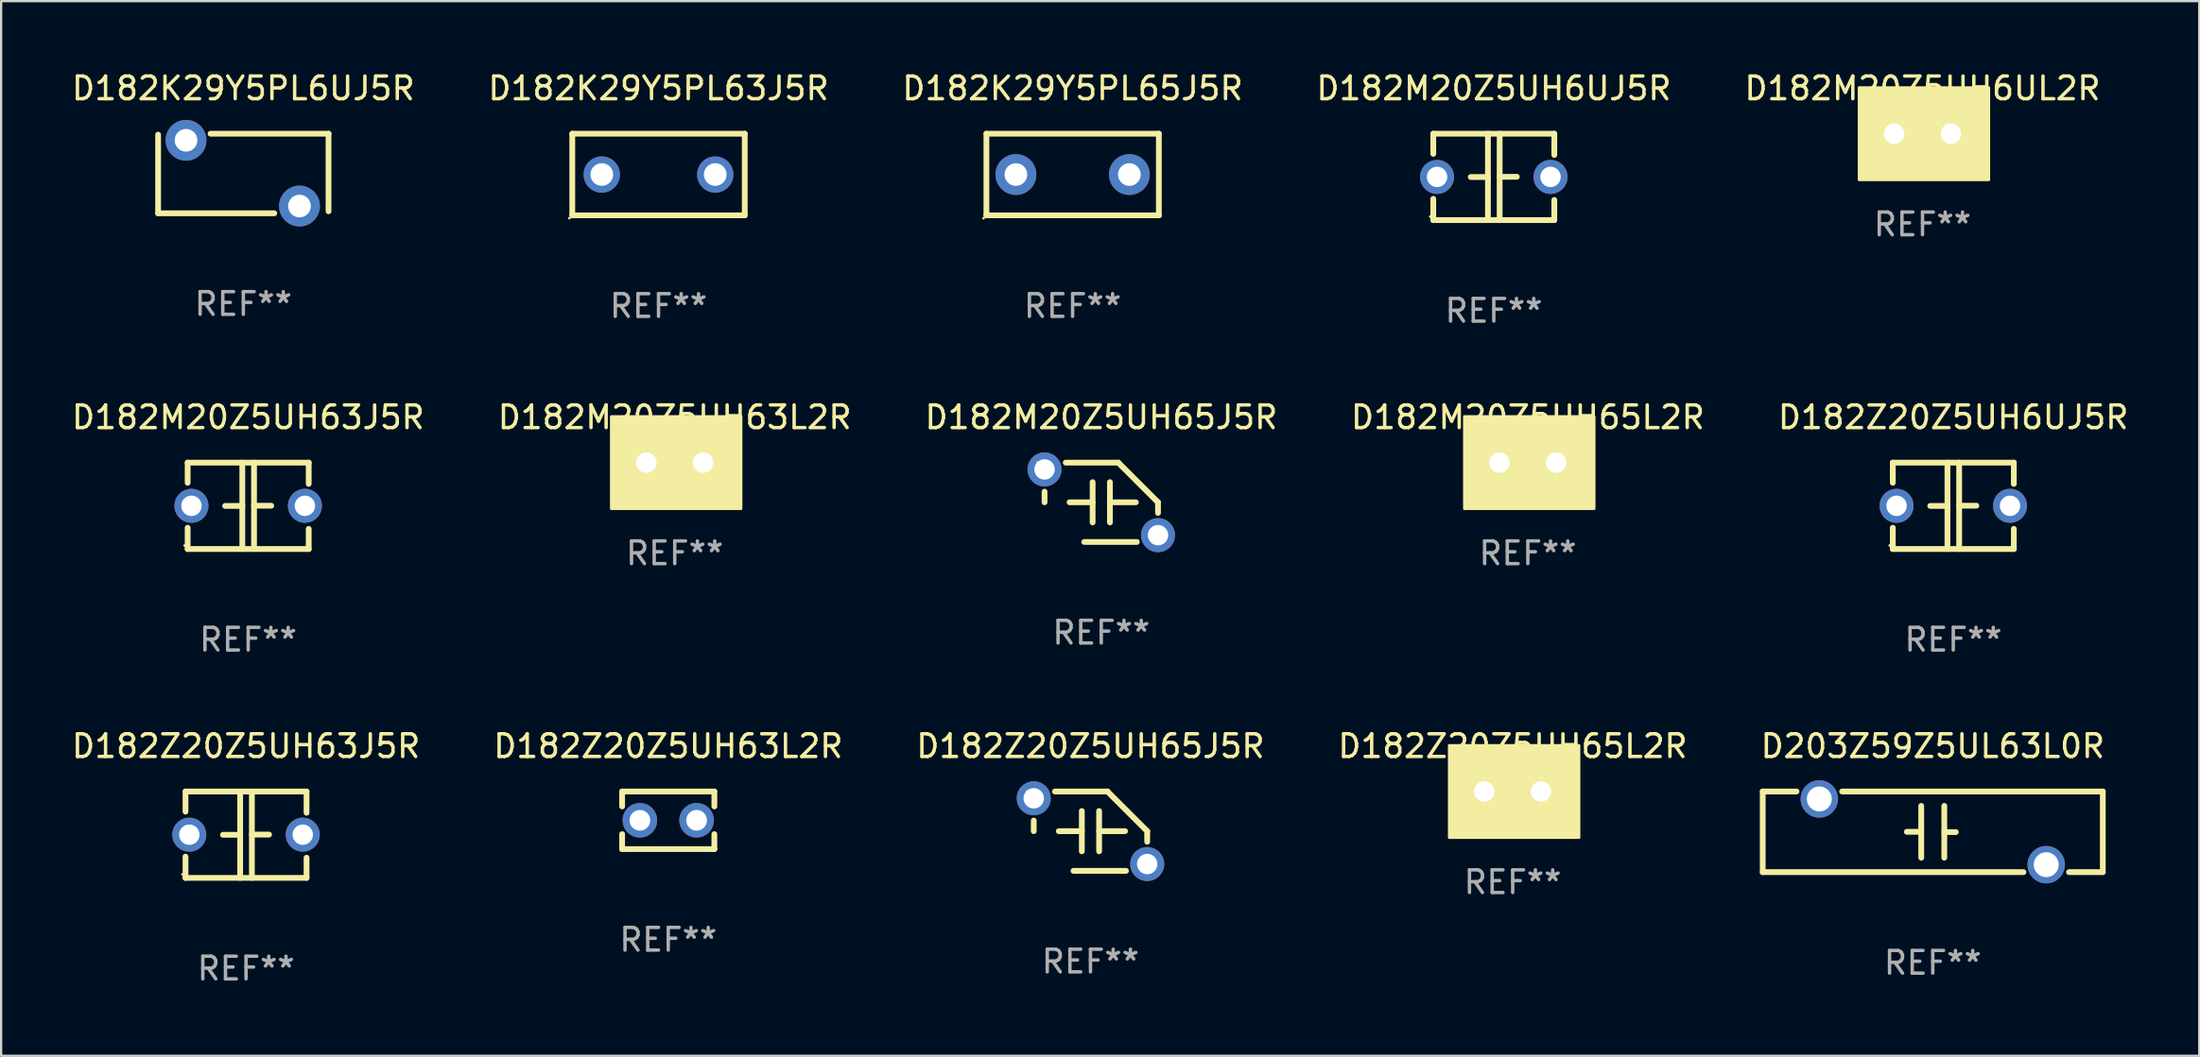
<source format=kicad_pcb>
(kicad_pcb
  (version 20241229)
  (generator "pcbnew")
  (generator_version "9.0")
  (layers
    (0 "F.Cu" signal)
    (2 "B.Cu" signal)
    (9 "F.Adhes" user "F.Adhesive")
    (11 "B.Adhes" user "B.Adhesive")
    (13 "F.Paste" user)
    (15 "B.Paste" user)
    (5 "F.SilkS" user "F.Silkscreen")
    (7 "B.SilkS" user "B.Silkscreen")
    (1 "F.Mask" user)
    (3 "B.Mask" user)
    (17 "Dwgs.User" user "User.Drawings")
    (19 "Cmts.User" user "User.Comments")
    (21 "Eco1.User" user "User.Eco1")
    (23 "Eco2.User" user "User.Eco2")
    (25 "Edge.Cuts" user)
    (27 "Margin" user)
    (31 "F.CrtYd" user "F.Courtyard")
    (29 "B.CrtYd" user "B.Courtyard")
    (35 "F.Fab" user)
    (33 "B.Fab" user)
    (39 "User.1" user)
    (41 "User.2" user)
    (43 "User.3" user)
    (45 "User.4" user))
  (footprint "D182K29Y5PL65J5R"
    (layer "F.Cu")
    (at 44.22 4.648)
    (property "Reference" "D182K29Y5PL65J5R" (at 0 -3.8 0) (layer "F.SilkS") (effects (font (size 1 1) (thickness 0.15))))
    (attr through_hole)
    (fp_line (start -3.8 -1.8) (end -3.8 1.8) (stroke (width 0.254) (type solid)) (layer "F.SilkS"))
    (fp_line (start -3.8 -1.8) (end 3.8 -1.8) (stroke (width 0.254) (type solid)) (layer "F.SilkS"))
    (fp_line (start -3.8 1.8) (end 3.8 1.8) (stroke (width 0.254) (type solid)) (layer "F.SilkS"))
    (fp_line (start 3.8 -1.8) (end 3.8 1.8) (stroke (width 0.254) (type solid)) (layer "F.SilkS"))
    (fp_circle (center -3.927 1.927) (end -3.897 1.927) (stroke (width 0.06) (type solid)) (fill no) (layer "F.SilkS"))
    (fp_text user "REF**" (at 0 5.8 0) (layer "F.Fab") (effects (font (size 1 1) (thickness 0.15))))
    (pad "1" thru_hole circle (at -2.5 0) (size 1.8 1.8) (drill 1) (layers "*.Cu" "*.Mask"))
    (pad "2" thru_hole circle (at 2.5 0) (size 1.8 1.8) (drill 1) (layers "*.Cu" "*.Mask")))
  (footprint "D182M20Z5UH6UL2R"
    (layer "F.Cu")
    (at 81.673 2.848)
    (property "Reference" "D182M20Z5UH6UL2R" (at 0 -2 0) (layer "F.SilkS") (effects (font (size 1 1) (thickness 0.15))))
    (attr through_hole)
    (fp_circle (center -2.5 1.75) (end -2.47 1.75) (stroke (width 0.06) (type solid)) (fill no) (layer "F.SilkS"))
    (fp_poly (pts (xy -2.794 -2.032) (xy 2.921 -2.032) (xy 2.921 2.032) (xy -2.794 2.032)) (stroke (width 0.12) (type solid)) (fill yes) (layer "F.SilkS"))
    (fp_text user "REF**" (at 0 4 0) (layer "F.Fab") (effects (font (size 1 1) (thickness 0.15))))
    (pad "1" thru_hole circle (at -1.25 0) (size 1.5 1.5) (drill 0.9) (layers "*.Cu" "*.Mask"))
    (pad "2" thru_hole circle (at 1.25 0) (size 1.5 1.5) (drill 0.9) (layers "*.Cu" "*.Mask")))
  (footprint "D182M20Z5UH63J5R"
    (layer "F.Cu")
    (at 7.887 19.26)
    (property "Reference" "D182M20Z5UH63J5R" (at 0 -3.905 0) (layer "F.SilkS") (effects (font (size 1 1) (thickness 0.15))))
    (attr through_hole)
    (fp_line (start -2.667 -1.905) (end -2.667 -1.016) (stroke (width 0.254) (type solid)) (layer "F.SilkS"))
    (fp_line (start -2.667 0.967) (end -2.667 1.905) (stroke (width 0.254) (type solid)) (layer "F.SilkS"))
    (fp_line (start -2.667 1.905) (end 2.667 1.905) (stroke (width 0.254) (type solid)) (layer "F.SilkS"))
    (fp_line (start -0.258 0.005) (end -1.016 0.005) (stroke (width 0.254) (type solid)) (layer "F.SilkS"))
    (fp_line (start -0.258 1.905) (end -0.258 -1.905) (stroke (width 0.254) (type solid)) (layer "F.SilkS"))
    (fp_line (start 0.258 -1.905) (end 0.258 1.905) (stroke (width 0.254) (type solid)) (layer "F.SilkS"))
    (fp_line (start 0.258 -0.005) (end 1.016 -0.005) (stroke (width 0.254) (type solid)) (layer "F.SilkS"))
    (fp_line (start 2.667 -1.905) (end -2.667 -1.905) (stroke (width 0.254) (type solid)) (layer "F.SilkS"))
    (fp_line (start 2.667 -0.967) (end 2.667 -1.905) (stroke (width 0.254) (type solid)) (layer "F.SilkS"))
    (fp_line (start 2.667 1.905) (end 2.667 1.016) (stroke (width 0.254) (type solid)) (layer "F.SilkS"))
    (fp_circle (center -2.8 1.75) (end -2.77 1.75) (stroke (width 0.06) (type solid)) (fill no) (layer "F.SilkS"))
    (fp_text user "REF**" (at 0 5.905 0) (layer "F.Fab") (effects (font (size 1 1) (thickness 0.15))))
    (pad "1" thru_hole circle (at -2.5 0) (size 1.5 1.5) (drill 0.9) (layers "*.Cu" "*.Mask"))
    (pad "2" thru_hole circle (at 2.5 0) (size 1.5 1.5) (drill 0.9) (layers "*.Cu" "*.Mask")))
  (footprint "D203Z59Z5UL63L0R"
    (layer "F.Cu")
    (at 82.125 33.639)
    (property "Reference" "D203Z59Z5UL63L0R" (at 0 -3.778 0) (layer "F.SilkS") (effects (font (size 1 1) (thickness 0.15))))
    (attr through_hole)
    (fp_line (start -7.493 -1.778) (end -6.004 -1.778) (stroke (width 0.254) (type solid)) (layer "F.SilkS"))
    (fp_line (start -7.493 1.778) (end -7.493 -1.778) (stroke (width 0.254) (type solid)) (layer "F.SilkS"))
    (fp_line (start -3.996 -1.778) (end 7.493 -1.778) (stroke (width 0.254) (type solid)) (layer "F.SilkS"))
    (fp_line (start -1.143 0) (end -0.508 0) (stroke (width 0.254) (type solid)) (layer "F.SilkS"))
    (fp_line (start -0.508 1.143) (end -0.508 -1.143) (stroke (width 0.254) (type solid)) (layer "F.SilkS"))
    (fp_line (start 0.508 0.012) (end 1.016 0.012) (stroke (width 0.254) (type solid)) (layer "F.SilkS"))
    (fp_line (start 0.508 1.143) (end 0.508 -1.143) (stroke (width 0.254) (type solid)) (layer "F.SilkS"))
    (fp_line (start 3.996 1.778) (end -7.493 1.778) (stroke (width 0.254) (type solid)) (layer "F.SilkS"))
    (fp_line (start 7.493 -1.778) (end 7.493 1.778) (stroke (width 0.254) (type solid)) (layer "F.SilkS"))
    (fp_line (start 7.493 1.778) (end 6.004 1.778) (stroke (width 0.254) (type solid)) (layer "F.SilkS"))
    (fp_circle (center -7.5 -1.75) (end -7.47 -1.75) (stroke (width 0.06) (type solid)) (fill no) (layer "F.SilkS"))
    (fp_text user "REF**" (at 0 5.778 0) (layer "F.Fab") (effects (font (size 1 1) (thickness 0.15))))
    (pad "1" thru_hole circle (at -5 -1.45) (size 1.65 1.65) (drill 1.1) (layers "*.Cu" "*.Mask"))
    (pad "2" thru_hole circle (at 5 1.45) (size 1.65 1.65) (drill 1.1) (layers "*.Cu" "*.Mask")))
  (footprint "D182K29Y5PL63J5R"
    (layer "F.Cu")
    (at 25.97 4.648)
    (property "Reference" "D182K29Y5PL63J5R" (at 0 -3.8 0) (layer "F.SilkS") (effects (font (size 1 1) (thickness 0.15))))
    (attr through_hole)
    (fp_line (start -3.8 -1.8) (end 3.8 -1.8) (stroke (width 0.254) (type solid)) (layer "F.SilkS"))
    (fp_line (start -3.8 1.8) (end -3.8 -1.8) (stroke (width 0.254) (type solid)) (layer "F.SilkS"))
    (fp_line (start 3.8 -1.8) (end 3.8 1.8) (stroke (width 0.254) (type solid)) (layer "F.SilkS"))
    (fp_line (start 3.8 1.8) (end -3.8 1.8) (stroke (width 0.254) (type solid)) (layer "F.SilkS"))
    (fp_circle (center -3.927 1.927) (end -3.897 1.927) (stroke (width 0.06) (type solid)) (fill no) (layer "F.SilkS"))
    (fp_text user "REF**" (at 0 5.8 0) (layer "F.Fab") (effects (font (size 1 1) (thickness 0.15))))
    (pad "1" thru_hole circle (at -2.5 0) (size 1.6 1.6) (drill 1) (layers "*.Cu" "*.Mask"))
    (pad "2" thru_hole circle (at 2.5 0) (size 1.6 1.6) (drill 1) (layers "*.Cu" "*.Mask")))
  (footprint "D182Z20Z5UH63J5R"
    (layer "F.Cu")
    (at 7.792 33.766)
    (property "Reference" "D182Z20Z5UH63J5R" (at 0 -3.905 0) (layer "F.SilkS") (effects (font (size 1 1) (thickness 0.15))))
    (attr through_hole)
    (fp_line (start -2.667 -1.905) (end -2.667 -1.016) (stroke (width 0.254) (type solid)) (layer "F.SilkS"))
    (fp_line (start -2.667 0.967) (end -2.667 1.905) (stroke (width 0.254) (type solid)) (layer "F.SilkS"))
    (fp_line (start -2.667 1.905) (end 2.667 1.905) (stroke (width 0.254) (type solid)) (layer "F.SilkS"))
    (fp_line (start -0.258 0.005) (end -1.016 0.005) (stroke (width 0.254) (type solid)) (layer "F.SilkS"))
    (fp_line (start -0.258 1.905) (end -0.258 -1.905) (stroke (width 0.254) (type solid)) (layer "F.SilkS"))
    (fp_line (start 0.258 -1.905) (end 0.258 1.905) (stroke (width 0.254) (type solid)) (layer "F.SilkS"))
    (fp_line (start 0.258 -0.005) (end 1.016 -0.005) (stroke (width 0.254) (type solid)) (layer "F.SilkS"))
    (fp_line (start 2.667 -1.905) (end -2.667 -1.905) (stroke (width 0.254) (type solid)) (layer "F.SilkS"))
    (fp_line (start 2.667 -0.967) (end 2.667 -1.905) (stroke (width 0.254) (type solid)) (layer "F.SilkS"))
    (fp_line (start 2.667 1.905) (end 2.667 1.016) (stroke (width 0.254) (type solid)) (layer "F.SilkS"))
    (fp_circle (center -2.8 1.75) (end -2.77 1.75) (stroke (width 0.06) (type solid)) (fill no) (layer "F.SilkS"))
    (fp_text user "REF**" (at 0 5.905 0) (layer "F.Fab") (effects (font (size 1 1) (thickness 0.15))))
    (pad "1" thru_hole circle (at -2.5 0) (size 1.5 1.5) (drill 0.9) (layers "*.Cu" "*.Mask"))
    (pad "2" thru_hole circle (at 2.5 0) (size 1.5 1.5) (drill 0.9) (layers "*.Cu" "*.Mask")))
  (footprint "D182M20Z5UH65J5R"
    (layer "F.Cu")
    (at 45.482 19.105)
    (property "Reference" "D182M20Z5UH65J5R" (at 0 -3.75 0) (layer "F.SilkS") (effects (font (size 1 1) (thickness 0.15))))
    (attr through_hole)
    (fp_line (start -2.5 0) (end -2.5 -0.469) (stroke (width 0.254) (type solid)) (layer "F.SilkS"))
    (fp_line (start -1.397 0) (end -0.381 0) (stroke (width 0.254) (type solid)) (layer "F.SilkS"))
    (fp_line (start -0.75 1.75) (end 1.566 1.75) (stroke (width 0.254) (type solid)) (layer "F.SilkS"))
    (fp_line (start -0.381 -0.889) (end -0.381 0.889) (stroke (width 0.254) (type solid)) (layer "F.SilkS"))
    (fp_line (start 0.381 -0.889) (end 0.381 0.889) (stroke (width 0.254) (type solid)) (layer "F.SilkS"))
    (fp_line (start 0.75 -1.75) (end -1.566 -1.75) (stroke (width 0.254) (type solid)) (layer "F.SilkS"))
    (fp_line (start 1.524 0) (end 0.381 0) (stroke (width 0.254) (type solid)) (layer "F.SilkS"))
    (fp_line (start 2.5 0) (end 2.5 0.469) (stroke (width 0.254) (type solid)) (layer "F.SilkS"))
    (fp_arc (start -2.499962 0) (mid 2.499984 -0.000022) (end -2.499962 0) (stroke (width 0.254001) (type solid)) (layer "F.SilkS"))
    (fp_arc (start 2.500013 0) (mid 1.623463 -0.873464) (end 0.749999 -1.750014) (stroke (width 0.254001) (type solid)) (layer "F.SilkS"))
    (fp_circle (center -2.8 -1.75) (end -2.77 -1.75) (stroke (width 0.06) (type solid)) (fill no) (layer "F.SilkS"))
    (fp_text user "REF**" (at 0 5.75 0) (layer "F.Fab") (effects (font (size 1 1) (thickness 0.15))))
    (pad "1" thru_hole circle (at -2.5 -1.45) (size 1.5 1.5) (drill 0.9) (layers "*.Cu" "*.Mask"))
    (pad "2" thru_hole circle (at 2.5 1.45) (size 1.5 1.5) (drill 0.9) (layers "*.Cu" "*.Mask")))
  (footprint "D182M20Z5UH63L2R"
    (layer "F.Cu")
    (at 26.685 17.355)
    (property "Reference" "D182M20Z5UH63L2R" (at 0 -2 0) (layer "F.SilkS") (effects (font (size 1 1) (thickness 0.15))))
    (attr through_hole)
    (fp_circle (center -2.5 1.75) (end -2.47 1.75) (stroke (width 0.06) (type solid)) (fill no) (layer "F.SilkS"))
    (fp_poly (pts (xy -2.794 -2.032) (xy 2.921 -2.032) (xy 2.921 2.032) (xy -2.794 2.032)) (stroke (width 0.12) (type solid)) (fill yes) (layer "F.SilkS"))
    (fp_text user "REF**" (at 0 4 0) (layer "F.Fab") (effects (font (size 1 1) (thickness 0.15))))
    (pad "1" thru_hole circle (at -1.25 0) (size 1.5 1.5) (drill 0.9) (layers "*.Cu" "*.Mask"))
    (pad "2" thru_hole circle (at 1.25 0) (size 1.5 1.5) (drill 0.9) (layers "*.Cu" "*.Mask")))
  (footprint "D182Z20Z5UH6UJ5R"
    (layer "F.Cu")
    (at 83.03 19.26)
    (property "Reference" "D182Z20Z5UH6UJ5R" (at 0 -3.905 0) (layer "F.SilkS") (effects (font (size 1 1) (thickness 0.15))))
    (attr through_hole)
    (fp_line (start -2.667 -1.905) (end -2.667 -1.016) (stroke (width 0.254) (type solid)) (layer "F.SilkS"))
    (fp_line (start -2.667 0.967) (end -2.667 1.905) (stroke (width 0.254) (type solid)) (layer "F.SilkS"))
    (fp_line (start -2.667 1.905) (end 2.667 1.905) (stroke (width 0.254) (type solid)) (layer "F.SilkS"))
    (fp_line (start -0.258 0.005) (end -1.016 0.005) (stroke (width 0.254) (type solid)) (layer "F.SilkS"))
    (fp_line (start -0.258 1.905) (end -0.258 -1.905) (stroke (width 0.254) (type solid)) (layer "F.SilkS"))
    (fp_line (start 0.258 -1.905) (end 0.258 1.905) (stroke (width 0.254) (type solid)) (layer "F.SilkS"))
    (fp_line (start 0.258 -0.005) (end 1.016 -0.005) (stroke (width 0.254) (type solid)) (layer "F.SilkS"))
    (fp_line (start 2.667 -1.905) (end -2.667 -1.905) (stroke (width 0.254) (type solid)) (layer "F.SilkS"))
    (fp_line (start 2.667 -0.967) (end 2.667 -1.905) (stroke (width 0.254) (type solid)) (layer "F.SilkS"))
    (fp_line (start 2.667 1.905) (end 2.667 1.016) (stroke (width 0.254) (type solid)) (layer "F.SilkS"))
    (fp_circle (center -2.8 1.75) (end -2.77 1.75) (stroke (width 0.06) (type solid)) (fill no) (layer "F.SilkS"))
    (fp_text user "REF**" (at 0 5.905 0) (layer "F.Fab") (effects (font (size 1 1) (thickness 0.15))))
    (pad "1" thru_hole circle (at -2.5 0) (size 1.5 1.5) (drill 0.9) (layers "*.Cu" "*.Mask"))
    (pad "2" thru_hole circle (at 2.5 0) (size 1.5 1.5) (drill 0.9) (layers "*.Cu" "*.Mask")))
  (footprint "D182Z20Z5UH65L2R"
    (layer "F.Cu")
    (at 63.613 31.861)
    (property "Reference" "D182Z20Z5UH65L2R" (at 0 -2 0) (layer "F.SilkS") (effects (font (size 1 1) (thickness 0.15))))
    (attr through_hole)
    (fp_circle (center -2.5 1.75) (end -2.47 1.75) (stroke (width 0.06) (type solid)) (fill no) (layer "F.SilkS"))
    (fp_poly (pts (xy -2.794 -2.032) (xy 2.921 -2.032) (xy 2.921 2.032) (xy -2.794 2.032)) (stroke (width 0.12) (type solid)) (fill yes) (layer "F.SilkS"))
    (fp_text user "REF**" (at 0 4 0) (layer "F.Fab") (effects (font (size 1 1) (thickness 0.15))))
    (pad "1" thru_hole circle (at -1.25 0) (size 1.5 1.5) (drill 0.9) (layers "*.Cu" "*.Mask"))
    (pad "2" thru_hole circle (at 1.25 0) (size 1.5 1.5) (drill 0.9) (layers "*.Cu" "*.Mask")))
  (footprint "D182Z20Z5UH65J5R"
    (layer "F.Cu")
    (at 45.006 33.611)
    (property "Reference" "D182Z20Z5UH65J5R" (at 0 -3.75 0) (layer "F.SilkS") (effects (font (size 1 1) (thickness 0.15))))
    (attr through_hole)
    (fp_line (start -2.5 0) (end -2.5 -0.469) (stroke (width 0.254) (type solid)) (layer "F.SilkS"))
    (fp_line (start -1.397 0) (end -0.381 0) (stroke (width 0.254) (type solid)) (layer "F.SilkS"))
    (fp_line (start -0.75 1.75) (end 1.566 1.75) (stroke (width 0.254) (type solid)) (layer "F.SilkS"))
    (fp_line (start -0.381 -0.889) (end -0.381 0.889) (stroke (width 0.254) (type solid)) (layer "F.SilkS"))
    (fp_line (start 0.381 -0.889) (end 0.381 0.889) (stroke (width 0.254) (type solid)) (layer "F.SilkS"))
    (fp_line (start 0.75 -1.75) (end -1.566 -1.75) (stroke (width 0.254) (type solid)) (layer "F.SilkS"))
    (fp_line (start 1.524 0) (end 0.381 0) (stroke (width 0.254) (type solid)) (layer "F.SilkS"))
    (fp_line (start 2.5 0) (end 2.5 0.469) (stroke (width 0.254) (type solid)) (layer "F.SilkS"))
    (fp_arc (start -2.499962 0) (mid 2.499984 -0.000022) (end -2.499962 0) (stroke (width 0.254001) (type solid)) (layer "F.SilkS"))
    (fp_arc (start 2.500013 0) (mid 1.623463 -0.873464) (end 0.749999 -1.750014) (stroke (width 0.254001) (type solid)) (layer "F.SilkS"))
    (fp_circle (center -2.8 -1.75) (end -2.77 -1.75) (stroke (width 0.06) (type solid)) (fill no) (layer "F.SilkS"))
    (fp_text user "REF**" (at 0 5.75 0) (layer "F.Fab") (effects (font (size 1 1) (thickness 0.15))))
    (pad "1" thru_hole circle (at -2.5 -1.45) (size 1.5 1.5) (drill 0.9) (layers "*.Cu" "*.Mask"))
    (pad "2" thru_hole circle (at 2.5 1.45) (size 1.5 1.5) (drill 0.9) (layers "*.Cu" "*.Mask")))
  (footprint "D182K29Y5PL6UJ5R"
    (layer "F.Cu")
    (at 7.673 4.603)
    (property "Reference" "D182K29Y5PL6UJ5R" (at 0 -3.755 0) (layer "F.SilkS") (effects (font (size 1 1) (thickness 0.15))))
    (attr through_hole)
    (fp_line (start -3.755 1.755) (end -3.755 -1.715) (stroke (width 0.254) (type solid)) (layer "F.SilkS"))
    (fp_line (start -3.755 1.755) (end 1.365 1.755) (stroke (width 0.254) (type solid)) (layer "F.SilkS"))
    (fp_line (start -1.445 -1.755) (end 3.755 -1.755) (stroke (width 0.254) (type solid)) (layer "F.SilkS"))
    (fp_line (start 3.755 -1.755) (end 3.755 1.665) (stroke (width 0.254) (type solid)) (layer "F.SilkS"))
    (fp_circle (center -3.775 -1.765) (end -3.745 -1.765) (stroke (width 0.06) (type solid)) (fill no) (layer "F.SilkS"))
    (fp_text user "REF**" (at 0 5.755 0) (layer "F.Fab") (effects (font (size 1 1) (thickness 0.15))))
    (pad "1" thru_hole circle (at -2.525 -1.465) (size 1.8 1.8) (drill 1) (layers "*.Cu" "*.Mask"))
    (pad "2" thru_hole circle (at 2.475 1.435) (size 1.8 1.8) (drill 1) (layers "*.Cu" "*.Mask")))
  (footprint "D182Z20Z5UH63L2R"
    (layer "F.Cu")
    (at 26.399 33.131)
    (property "Reference" "D182Z20Z5UH63L2R" (at 0 -3.27 0) (layer "F.SilkS") (effects (font (size 1 1) (thickness 0.15))))
    (attr through_hole)
    (fp_line (start -2.032 -1.27) (end -2.032 -0.611) (stroke (width 0.254) (type solid)) (layer "F.SilkS"))
    (fp_line (start -2.032 0.611) (end -2.032 1.27) (stroke (width 0.254) (type solid)) (layer "F.SilkS"))
    (fp_line (start -2.032 1.27) (end 2.032 1.27) (stroke (width 0.254) (type solid)) (layer "F.SilkS"))
    (fp_line (start 2.032 -1.27) (end -2.032 -1.27) (stroke (width 0.254) (type solid)) (layer "F.SilkS"))
    (fp_line (start 2.032 -0.611) (end 2.032 -1.27) (stroke (width 0.254) (type solid)) (layer "F.SilkS"))
    (fp_line (start 2.032 1.27) (end 2.032 0.611) (stroke (width 0.254) (type solid)) (layer "F.SilkS"))
    (fp_circle (center -2 1.3) (end -1.97 1.3) (stroke (width 0.06) (type solid)) (fill no) (layer "F.SilkS"))
    (fp_text user "REF**" (at 0 5.27 0) (layer "F.Fab") (effects (font (size 1 1) (thickness 0.15))))
    (pad "1" thru_hole circle (at -1.25 0) (size 1.524 1.524) (drill 0.914) (layers "*.Cu" "*.Mask"))
    (pad "2" thru_hole circle (at 1.25 0) (size 1.524 1.524) (drill 0.914) (layers "*.Cu" "*.Mask")))
  (footprint "D182M20Z5UH6UJ5R"
    (layer "F.Cu")
    (at 62.78 4.753)
    (property "Reference" "D182M20Z5UH6UJ5R" (at 0 -3.905 0) (layer "F.SilkS") (effects (font (size 1 1) (thickness 0.15))))
    (attr through_hole)
    (fp_line (start -2.667 -1.905) (end -2.667 -1.016) (stroke (width 0.254) (type solid)) (layer "F.SilkS"))
    (fp_line (start -2.667 0.967) (end -2.667 1.905) (stroke (width 0.254) (type solid)) (layer "F.SilkS"))
    (fp_line (start -2.667 1.905) (end 2.667 1.905) (stroke (width 0.254) (type solid)) (layer "F.SilkS"))
    (fp_line (start -0.258 0.005) (end -1.016 0.005) (stroke (width 0.254) (type solid)) (layer "F.SilkS"))
    (fp_line (start -0.258 1.905) (end -0.258 -1.905) (stroke (width 0.254) (type solid)) (layer "F.SilkS"))
    (fp_line (start 0.258 -1.905) (end 0.258 1.905) (stroke (width 0.254) (type solid)) (layer "F.SilkS"))
    (fp_line (start 0.258 -0.005) (end 1.016 -0.005) (stroke (width 0.254) (type solid)) (layer "F.SilkS"))
    (fp_line (start 2.667 -1.905) (end -2.667 -1.905) (stroke (width 0.254) (type solid)) (layer "F.SilkS"))
    (fp_line (start 2.667 -0.967) (end 2.667 -1.905) (stroke (width 0.254) (type solid)) (layer "F.SilkS"))
    (fp_line (start 2.667 1.905) (end 2.667 1.016) (stroke (width 0.254) (type solid)) (layer "F.SilkS"))
    (fp_circle (center -2.8 1.75) (end -2.77 1.75) (stroke (width 0.06) (type solid)) (fill no) (layer "F.SilkS"))
    (fp_text user "REF**" (at 0 5.905 0) (layer "F.Fab") (effects (font (size 1 1) (thickness 0.15))))
    (pad "1" thru_hole circle (at -2.5 0) (size 1.5 1.5) (drill 0.9) (layers "*.Cu" "*.Mask"))
    (pad "2" thru_hole circle (at 2.5 0) (size 1.5 1.5) (drill 0.9) (layers "*.Cu" "*.Mask")))
  (footprint "D182M20Z5UH65L2R"
    (layer "F.Cu")
    (at 64.28 17.355)
    (property "Reference" "D182M20Z5UH65L2R" (at 0 -2 0) (layer "F.SilkS") (effects (font (size 1 1) (thickness 0.15))))
    (attr through_hole)
    (fp_circle (center -2.5 1.75) (end -2.47 1.75) (stroke (width 0.06) (type solid)) (fill no) (layer "F.SilkS"))
    (fp_poly (pts (xy -2.794 -2.032) (xy 2.921 -2.032) (xy 2.921 2.032) (xy -2.794 2.032)) (stroke (width 0.12) (type solid)) (fill yes) (layer "F.SilkS"))
    (fp_text user "REF**" (at 0 4 0) (layer "F.Fab") (effects (font (size 1 1) (thickness 0.15))))
    (pad "1" thru_hole circle (at -1.25 0) (size 1.5 1.5) (drill 0.9) (layers "*.Cu" "*.Mask"))
    (pad "2" thru_hole circle (at 1.25 0) (size 1.5 1.5) (drill 0.9) (layers "*.Cu" "*.Mask")))
  (gr_rect
    (start -3 -3)
    (end 93.869 43.52)
    (stroke (width 0.1) (type default))
    (fill no)
    (layer "Edge.Cuts")))
</source>
